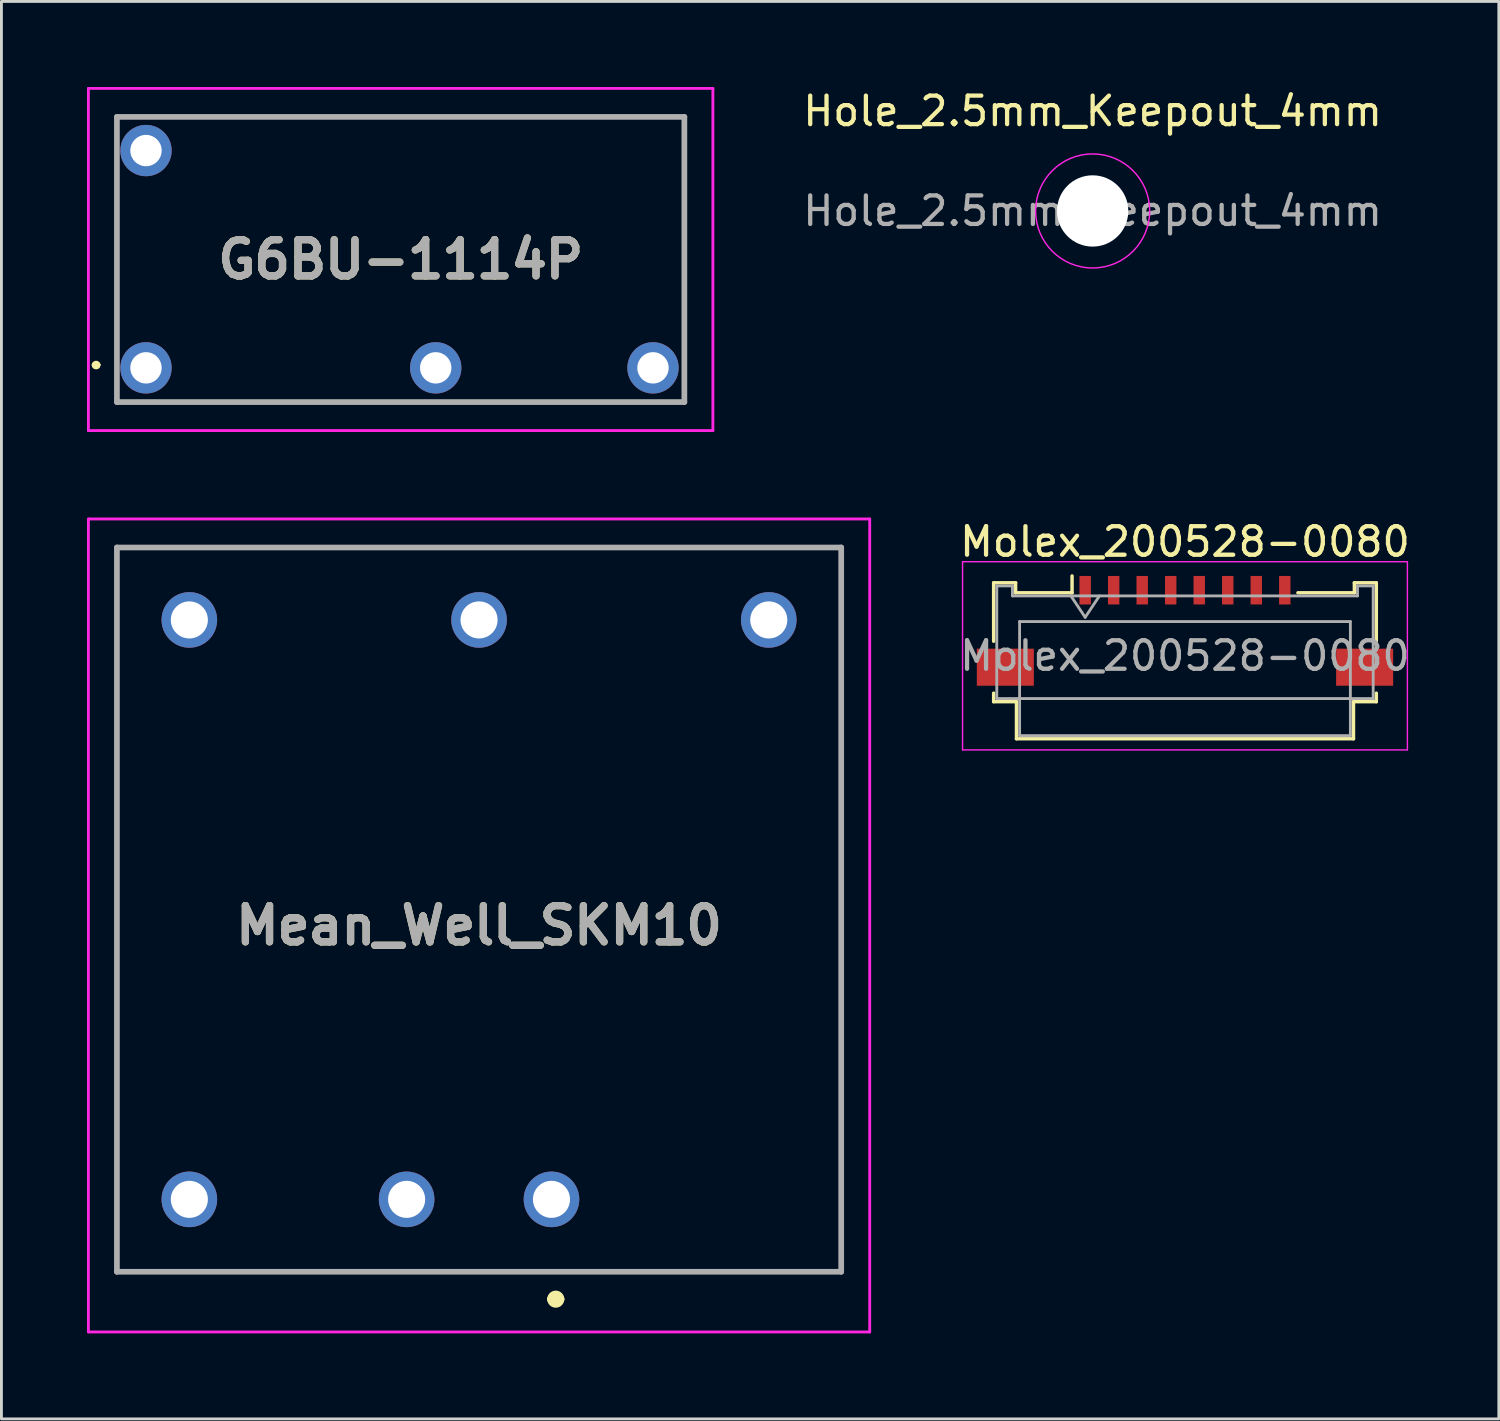
<source format=kicad_pcb>
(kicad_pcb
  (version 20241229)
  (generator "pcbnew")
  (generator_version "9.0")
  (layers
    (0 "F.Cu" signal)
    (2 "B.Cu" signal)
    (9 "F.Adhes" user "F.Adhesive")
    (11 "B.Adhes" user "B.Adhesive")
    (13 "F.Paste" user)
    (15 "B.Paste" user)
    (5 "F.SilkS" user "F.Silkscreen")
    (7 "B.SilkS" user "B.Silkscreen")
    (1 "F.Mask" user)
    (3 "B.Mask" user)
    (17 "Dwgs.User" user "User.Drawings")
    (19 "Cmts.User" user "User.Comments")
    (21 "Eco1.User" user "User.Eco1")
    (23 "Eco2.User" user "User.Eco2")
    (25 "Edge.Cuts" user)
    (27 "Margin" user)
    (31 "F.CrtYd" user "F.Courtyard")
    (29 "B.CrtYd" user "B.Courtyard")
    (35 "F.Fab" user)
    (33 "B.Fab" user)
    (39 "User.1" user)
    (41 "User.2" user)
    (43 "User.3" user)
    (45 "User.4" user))
  (footprint "G6BU-1114P"
    (layer "F.Cu")
    (at 2.07 9.85)
    (property "Reference" "G6BU-1114P" (at 8.93 -3.8 0) (layer "F.SilkS") (effects (font (size 1.27 1.27) (thickness 0.254))))
    (attr through_hole)
    (fp_line (start -1.8 -0.1) (end -1.8 -0.1) (stroke (width 0.2) (type solid)) (layer "F.SilkS"))
    (fp_line (start -1.8 -0.1) (end -1.8 -0.1) (stroke (width 0.2) (type solid)) (layer "F.SilkS"))
    (fp_line (start -1.7 -0.1) (end -1.7 -0.1) (stroke (width 0.2) (type solid)) (layer "F.SilkS"))
    (fp_line (start -1.02 -6.3) (end -1.02 -6.3) (stroke (width 0.1) (type solid)) (layer "F.SilkS"))
    (fp_line (start -1.02 -6.3) (end -1.02 -1.3) (stroke (width 0.1) (type solid)) (layer "F.SilkS"))
    (fp_line (start -1.02 -1.3) (end -1.02 -6.3) (stroke (width 0.1) (type solid)) (layer "F.SilkS"))
    (fp_line (start -1.02 -1.3) (end -1.02 -1.3) (stroke (width 0.1) (type solid)) (layer "F.SilkS"))
    (fp_line (start 1.4 -8.8) (end 1.4 -8.8) (stroke (width 0.1) (type solid)) (layer "F.SilkS"))
    (fp_line (start 1.4 -8.8) (end 18.8 -8.8) (stroke (width 0.1) (type solid)) (layer "F.SilkS"))
    (fp_line (start 1.4 1.2) (end 1.4 1.2) (stroke (width 0.1) (type solid)) (layer "F.SilkS"))
    (fp_line (start 1.4 1.2) (end 8.8 1.2) (stroke (width 0.1) (type solid)) (layer "F.SilkS"))
    (fp_line (start 8.8 1.2) (end 1.4 1.2) (stroke (width 0.1) (type solid)) (layer "F.SilkS"))
    (fp_line (start 8.8 1.2) (end 8.8 1.2) (stroke (width 0.1) (type solid)) (layer "F.SilkS"))
    (fp_line (start 11.6 1.2) (end 11.6 1.2) (stroke (width 0.1) (type solid)) (layer "F.SilkS"))
    (fp_line (start 11.6 1.2) (end 16.4 1.2) (stroke (width 0.1) (type solid)) (layer "F.SilkS"))
    (fp_line (start 16.4 1.2) (end 11.6 1.2) (stroke (width 0.1) (type solid)) (layer "F.SilkS"))
    (fp_line (start 16.4 1.2) (end 16.4 1.2) (stroke (width 0.1) (type solid)) (layer "F.SilkS"))
    (fp_line (start 18.8 -8.8) (end 1.4 -8.8) (stroke (width 0.1) (type solid)) (layer "F.SilkS"))
    (fp_line (start 18.8 -8.8) (end 18.8 -8.8) (stroke (width 0.1) (type solid)) (layer "F.SilkS"))
    (fp_line (start 18.88 -8.8) (end 18.88 -8.8) (stroke (width 0.1) (type solid)) (layer "F.SilkS"))
    (fp_line (start 18.88 -8.8) (end 18.88 -1.3) (stroke (width 0.1) (type solid)) (layer "F.SilkS"))
    (fp_line (start 18.88 -1.3) (end 18.88 -8.8) (stroke (width 0.1) (type solid)) (layer "F.SilkS"))
    (fp_line (start 18.88 -1.3) (end 18.88 -1.3) (stroke (width 0.1) (type solid)) (layer "F.SilkS"))
    (fp_arc (start -1.8 -0.1) (mid -1.75 -0.15) (end -1.7 -0.1) (stroke (width 0.2) (type solid)) (layer "F.SilkS"))
    (fp_arc (start -1.7 -0.1) (mid -1.75 -0.05) (end -1.8 -0.1) (stroke (width 0.2) (type solid)) (layer "F.SilkS"))
    (fp_arc (start -1.7 -0.1) (mid -1.75 -0.05) (end -1.8 -0.1) (stroke (width 0.2) (type solid)) (layer "F.SilkS"))
    (fp_line (start -2.02 -9.8) (end 19.88 -9.8) (stroke (width 0.1) (type solid)) (layer "F.CrtYd"))
    (fp_line (start -2.02 2.2) (end -2.02 -9.8) (stroke (width 0.1) (type solid)) (layer "F.CrtYd"))
    (fp_line (start 19.88 -9.8) (end 19.88 2.2) (stroke (width 0.1) (type solid)) (layer "F.CrtYd"))
    (fp_line (start 19.88 2.2) (end -2.02 2.2) (stroke (width 0.1) (type solid)) (layer "F.CrtYd"))
    (fp_line (start -1.02 -8.8) (end -1.02 1.2) (stroke (width 0.2) (type solid)) (layer "F.Fab"))
    (fp_line (start -1.02 1.2) (end 18.88 1.2) (stroke (width 0.2) (type solid)) (layer "F.Fab"))
    (fp_line (start 18.88 -8.8) (end -1.02 -8.8) (stroke (width 0.2) (type solid)) (layer "F.Fab"))
    (fp_line (start 18.88 1.2) (end 18.88 -8.8) (stroke (width 0.2) (type solid)) (layer "F.Fab"))
    (fp_text user "${REFERENCE}" (at 8.93 -3.8 0) (layer "F.Fab") (effects (font (size 1.27 1.27) (thickness 0.254))))
    (pad "1" thru_hole circle (at 0 0) (size 1.8 1.8) (drill 1.1) (layers "*.Cu" "*.Mask"))
    (pad "3" thru_hole circle (at 10.16 0) (size 1.8 1.8) (drill 1.1) (layers "*.Cu" "*.Mask"))
    (pad "4" thru_hole circle (at 17.78 0) (size 1.8 1.8) (drill 1.1) (layers "*.Cu" "*.Mask"))
    (pad "6" thru_hole circle (at 0 -7.62) (size 1.8 1.8) (drill 1.1) (layers "*.Cu" "*.Mask")))
  (footprint "Hole_2.5mm_Keepout_4mm"
    (layer "F.Cu")
    (at 35.268 4.348)
    (property "Reference" "Hole_2.5mm_Keepout_4mm" (at 0 -3.5 0) (layer "F.SilkS") (effects (font (size 1 1) (thickness 0.15))))
    (attr exclude_from_pos_files exclude_from_bom)
    (fp_circle (center 0 0) (end 2 0) (stroke (width 0.05) (type solid)) (fill no) (layer "F.CrtYd"))
    (fp_text user "${REFERENCE}" (at 0 0 0) (layer "F.Fab") (effects (font (size 1 1) (thickness 0.15))))
    (pad "" np_thru_hole circle (at 0 0) (size 2.5 2.5) (drill 2.5) (layers "*.Cu" "*.Mask")))
  (footprint "Molex_200528-0080"
    (layer "F.Cu")
    (at 38.506 18.558)
    (property "Reference" "Molex_200528-0080" (at 0 -2.61 0) (layer "F.SilkS") (effects (font (size 1 1) (thickness 0.15))))
    (attr smd)
    (fp_line (start -6.71 -1.17) (end -6.71 0.88) (stroke (width 0.12) (type solid)) (layer "F.SilkS"))
    (fp_line (start -6.71 2.7) (end -6.71 3) (stroke (width 0.12) (type solid)) (layer "F.SilkS"))
    (fp_line (start -6.71 3) (end -5.91 3) (stroke (width 0.12) (type solid)) (layer "F.SilkS"))
    (fp_line (start -5.94 -1.17) (end -6.71 -1.17) (stroke (width 0.12) (type solid)) (layer "F.SilkS"))
    (fp_line (start -5.94 -0.82) (end -5.94 -1.17) (stroke (width 0.12) (type solid)) (layer "F.SilkS"))
    (fp_line (start -5.91 3) (end -5.91 4.3) (stroke (width 0.12) (type solid)) (layer "F.SilkS"))
    (fp_line (start -5.91 4.3) (end 5.91 4.3) (stroke (width 0.12) (type solid)) (layer "F.SilkS"))
    (fp_line (start -3.96 -1.41) (end -3.96 -0.82) (stroke (width 0.12) (type solid)) (layer "F.SilkS"))
    (fp_line (start -3.96 -0.82) (end -5.94 -0.82) (stroke (width 0.12) (type solid)) (layer "F.SilkS"))
    (fp_line (start 5.91 3) (end 6.71 3) (stroke (width 0.12) (type solid)) (layer "F.SilkS"))
    (fp_line (start 5.91 4.3) (end 5.91 3) (stroke (width 0.12) (type solid)) (layer "F.SilkS"))
    (fp_line (start 5.94 -1.17) (end 5.94 -0.82) (stroke (width 0.12) (type solid)) (layer "F.SilkS"))
    (fp_line (start 5.94 -0.82) (end 3.96 -0.82) (stroke (width 0.12) (type solid)) (layer "F.SilkS"))
    (fp_line (start 6.71 -1.17) (end 5.94 -1.17) (stroke (width 0.12) (type solid)) (layer "F.SilkS"))
    (fp_line (start 6.71 0.88) (end 6.71 -1.17) (stroke (width 0.12) (type solid)) (layer "F.SilkS"))
    (fp_line (start 6.71 3) (end 6.71 2.7) (stroke (width 0.12) (type solid)) (layer "F.SilkS"))
    (fp_line (start -7.8 -1.91) (end -7.8 4.69) (stroke (width 0.05) (type solid)) (layer "F.CrtYd"))
    (fp_line (start -7.8 4.69) (end 7.8 4.69) (stroke (width 0.05) (type solid)) (layer "F.CrtYd"))
    (fp_line (start 7.8 -1.91) (end -7.8 -1.91) (stroke (width 0.05) (type solid)) (layer "F.CrtYd"))
    (fp_line (start 7.8 4.69) (end 7.8 -1.91) (stroke (width 0.05) (type solid)) (layer "F.CrtYd"))
    (fp_line (start -6.6 -1.06) (end -6.6 2.89) (stroke (width 0.1) (type solid)) (layer "F.Fab"))
    (fp_line (start -6.6 2.89) (end 6.6 2.89) (stroke (width 0.1) (type solid)) (layer "F.Fab"))
    (fp_line (start -6.05 -1.06) (end -6.6 -1.06) (stroke (width 0.1) (type solid)) (layer "F.Fab"))
    (fp_line (start -6.05 -0.71) (end -6.05 -1.06) (stroke (width 0.1) (type solid)) (layer "F.Fab"))
    (fp_line (start -5.8 0.19) (end -5.8 4.19) (stroke (width 0.1) (type solid)) (layer "F.Fab"))
    (fp_line (start -5.8 4.19) (end 5.8 4.19) (stroke (width 0.1) (type solid)) (layer "F.Fab"))
    (fp_line (start -4 -0.71) (end -3.5 0.04) (stroke (width 0.1) (type solid)) (layer "F.Fab"))
    (fp_line (start -3.5 0.04) (end -3 -0.71) (stroke (width 0.1) (type solid)) (layer "F.Fab"))
    (fp_line (start 5.8 0.19) (end -5.8 0.19) (stroke (width 0.1) (type solid)) (layer "F.Fab"))
    (fp_line (start 5.8 4.19) (end 5.8 0.19) (stroke (width 0.1) (type solid)) (layer "F.Fab"))
    (fp_line (start 6.05 -1.06) (end 6.05 -0.71) (stroke (width 0.1) (type solid)) (layer "F.Fab"))
    (fp_line (start 6.05 -0.71) (end -6.05 -0.71) (stroke (width 0.1) (type solid)) (layer "F.Fab"))
    (fp_line (start 6.6 -1.06) (end 6.05 -1.06) (stroke (width 0.1) (type solid)) (layer "F.Fab"))
    (fp_line (start 6.6 2.89) (end 6.6 -1.06) (stroke (width 0.1) (type solid)) (layer "F.Fab"))
    (fp_text user "${REFERENCE}" (at 0 1.39 0) (layer "F.Fab") (effects (font (size 1 1) (thickness 0.15))))
    (pad "1" smd rect (at -3.5 -0.91) (size 0.4 1) (layers "F.Cu" "F.Mask" "F.Paste"))
    (pad "2" smd rect (at -2.5 -0.91) (size 0.4 1) (layers "F.Cu" "F.Mask" "F.Paste"))
    (pad "3" smd rect (at -1.5 -0.91) (size 0.4 1) (layers "F.Cu" "F.Mask" "F.Paste"))
    (pad "4" smd rect (at -0.5 -0.91) (size 0.4 1) (layers "F.Cu" "F.Mask" "F.Paste"))
    (pad "5" smd rect (at 0.5 -0.91) (size 0.4 1) (layers "F.Cu" "F.Mask" "F.Paste"))
    (pad "6" smd rect (at 1.5 -0.91) (size 0.4 1) (layers "F.Cu" "F.Mask" "F.Paste"))
    (pad "7" smd rect (at 2.5 -0.91) (size 0.4 1) (layers "F.Cu" "F.Mask" "F.Paste"))
    (pad "8" smd rect (at 3.5 -0.91) (size 0.4 1) (layers "F.Cu" "F.Mask" "F.Paste"))
    (pad "MP" smd rect (at -6.3 1.79) (size 2 1.3) (layers "F.Cu" "F.Mask" "F.Paste"))
    (pad "MP" smd rect (at 6.3 1.79) (size 2 1.3) (layers "F.Cu" "F.Mask" "F.Paste")))
  (footprint "Mean_Well_SKM10"
    (layer "F.Cu")
    (at 16.29 39.01)
    (property "Reference" "Mean_Well_SKM10" (at -2.54 -9.605 0) (layer "F.SilkS") (effects (font (size 1.27 1.27) (thickness 0.254))))
    (attr through_hole)
    (fp_line (start -15.24 -22.86) (end -15.24 2.54) (stroke (width 0.1) (type solid)) (layer "F.SilkS"))
    (fp_line (start -15.24 2.54) (end 10.16 2.54) (stroke (width 0.1) (type solid)) (layer "F.SilkS"))
    (fp_line (start 0 3.5) (end 0 3.5) (stroke (width 0.3) (type solid)) (layer "F.SilkS"))
    (fp_line (start 0.3 3.5) (end 0.3 3.5) (stroke (width 0.3) (type solid)) (layer "F.SilkS"))
    (fp_line (start 10.16 -22.86) (end -15.24 -22.86) (stroke (width 0.1) (type solid)) (layer "F.SilkS"))
    (fp_line (start 10.16 2.54) (end 10.16 -22.86) (stroke (width 0.1) (type solid)) (layer "F.SilkS"))
    (fp_arc (start 0 3.5) (mid 0.15 3.35) (end 0.3 3.5) (stroke (width 0.3) (type solid)) (layer "F.SilkS"))
    (fp_arc (start 0.3 3.5) (mid 0.15 3.65) (end 0 3.5) (stroke (width 0.3) (type solid)) (layer "F.SilkS"))
    (fp_line (start -16.24 -23.86) (end -16.24 4.65) (stroke (width 0.1) (type solid)) (layer "F.CrtYd"))
    (fp_line (start -16.24 4.65) (end 11.16 4.65) (stroke (width 0.1) (type solid)) (layer "F.CrtYd"))
    (fp_line (start 11.16 -23.86) (end -16.24 -23.86) (stroke (width 0.1) (type solid)) (layer "F.CrtYd"))
    (fp_line (start 11.16 4.65) (end 11.16 -23.86) (stroke (width 0.1) (type solid)) (layer "F.CrtYd"))
    (fp_line (start -15.24 -22.86) (end -15.24 2.54) (stroke (width 0.2) (type solid)) (layer "F.Fab"))
    (fp_line (start -15.24 2.54) (end 10.16 2.54) (stroke (width 0.2) (type solid)) (layer "F.Fab"))
    (fp_line (start 10.16 -22.86) (end -15.24 -22.86) (stroke (width 0.2) (type solid)) (layer "F.Fab"))
    (fp_line (start 10.16 2.54) (end 10.16 -22.86) (stroke (width 0.2) (type solid)) (layer "F.Fab"))
    (fp_text user "${REFERENCE}" (at -2.54 -9.605 0) (layer "F.Fab") (effects (font (size 1.27 1.27) (thickness 0.254))))
    (pad "1" thru_hole circle (at 0 0) (size 1.95 1.95) (drill 1.3) (layers "*.Cu" "*.Mask"))
    (pad "2" thru_hole circle (at -5.08 0) (size 1.95 1.95) (drill 1.3) (layers "*.Cu" "*.Mask"))
    (pad "3" thru_hole circle (at 7.62 -20.32) (size 1.95 1.95) (drill 1.3) (layers "*.Cu" "*.Mask"))
    (pad "4" thru_hole circle (at -2.54 -20.32) (size 1.95 1.95) (drill 1.3) (layers "*.Cu" "*.Mask"))
    (pad "5" thru_hole circle (at -12.7 -20.32) (size 1.95 1.95) (drill 1.3) (layers "*.Cu" "*.Mask"))
    (pad "6" thru_hole circle (at -12.7 0) (size 1.95 1.95) (drill 1.3) (layers "*.Cu" "*.Mask")))
  (gr_rect
    (start -3 -3)
    (end 49.512 46.71)
    (stroke (width 0.1) (type default))
    (fill no)
    (layer "Edge.Cuts")))
</source>
